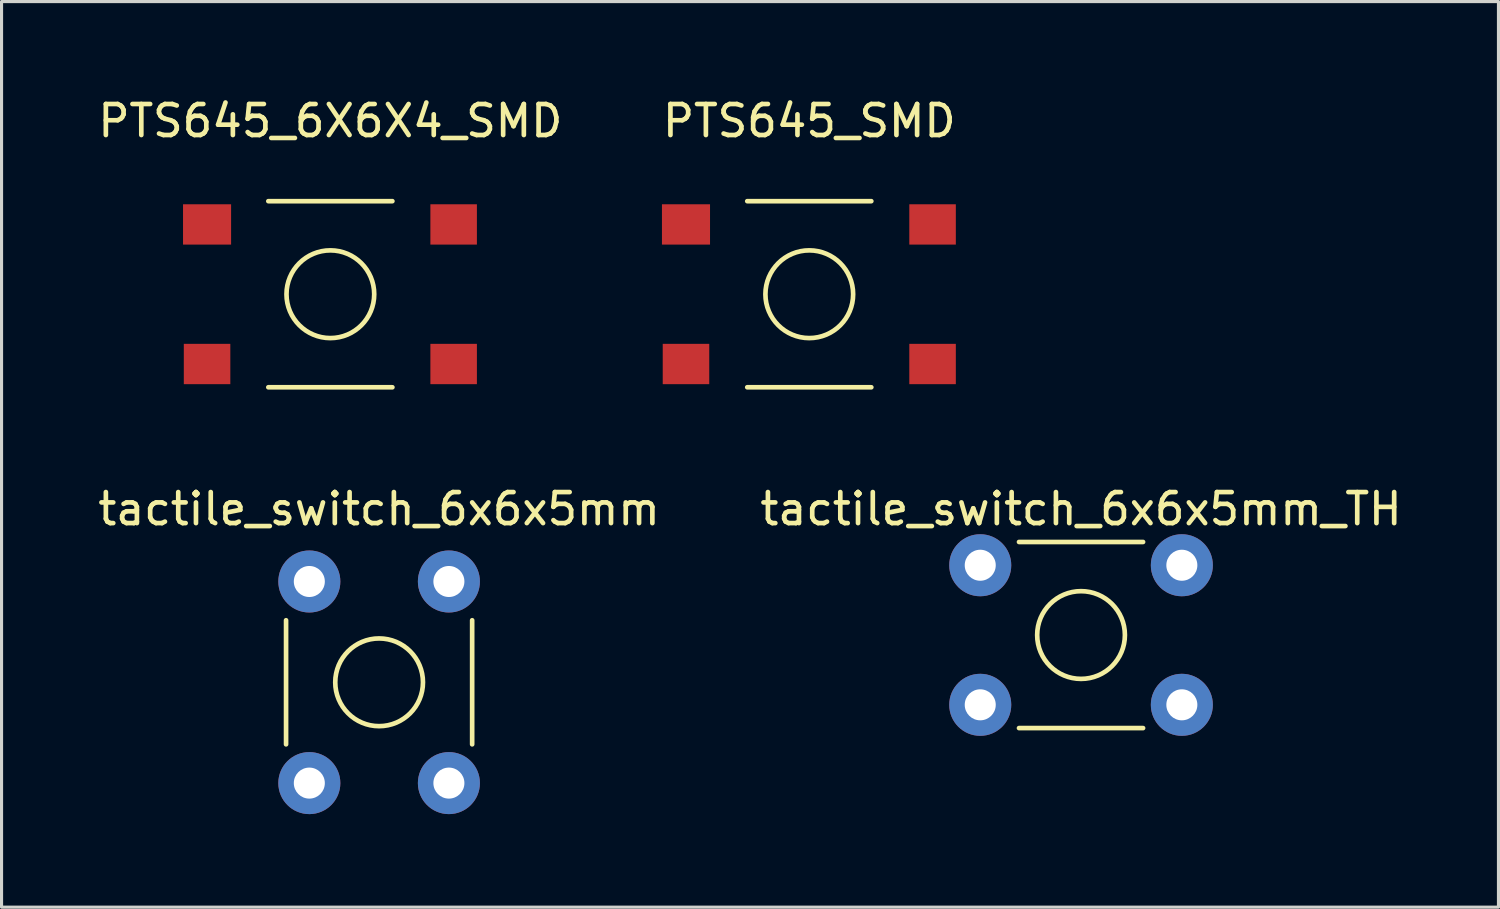
<source format=kicad_pcb>
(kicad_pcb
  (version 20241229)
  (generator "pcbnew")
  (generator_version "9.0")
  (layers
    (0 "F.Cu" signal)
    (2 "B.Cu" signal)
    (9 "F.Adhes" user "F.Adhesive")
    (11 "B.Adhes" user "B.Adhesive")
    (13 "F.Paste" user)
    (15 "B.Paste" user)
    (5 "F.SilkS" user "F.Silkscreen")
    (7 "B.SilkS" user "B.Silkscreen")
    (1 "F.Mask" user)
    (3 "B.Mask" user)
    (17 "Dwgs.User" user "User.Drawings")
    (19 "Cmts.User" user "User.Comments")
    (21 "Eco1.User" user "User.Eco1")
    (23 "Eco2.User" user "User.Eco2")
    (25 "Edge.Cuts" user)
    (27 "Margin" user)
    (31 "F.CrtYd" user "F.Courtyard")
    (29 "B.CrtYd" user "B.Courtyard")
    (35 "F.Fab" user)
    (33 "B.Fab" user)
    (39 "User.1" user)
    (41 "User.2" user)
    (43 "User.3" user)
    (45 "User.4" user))
  (footprint "PTS645_SMD"
    (layer "F.Cu")
    (at 23.042 6.436)
    (property "Reference" "PTS645_SMD" (at 0 -5.588 0) (layer "F.SilkS") (effects (font (size 1 1) (thickness 0.15))))
    (attr through_hole)
    (fp_line (start 2 -3) (end -2 -3) (stroke (width 0.15) (type solid)) (layer "F.SilkS"))
    (fp_line (start 2 3) (end -2 3) (stroke (width 0.15) (type solid)) (layer "F.SilkS"))
    (fp_circle (center 0 0) (end -1 -1) (stroke (width 0.15) (type solid)) (fill no) (layer "F.SilkS"))
    (pad "1" smd rect (at -3.975 -2.25) (size 1.55 1.3) (layers "F.Cu" "F.Mask" "F.Paste"))
    (pad "2" smd rect (at 3.975 -2.25) (size 1.5 1.3) (layers "F.Cu" "F.Mask" "F.Paste"))
    (pad "3" smd rect (at -3.975 2.25) (size 1.5 1.3) (layers "F.Cu" "F.Mask" "F.Paste"))
    (pad "4" smd rect (at 3.975 2.25) (size 1.5 1.3) (layers "F.Cu" "F.Mask" "F.Paste")))
  (footprint "tactile_switch_6x6x5mm"
    (layer "F.Cu")
    (at 9.173 18.948)
    (property "Reference" "tactile_switch_6x6x5mm" (at 0 -5.588 0) (layer "F.SilkS") (effects (font (size 1 1) (thickness 0.15))))
    (attr through_hole)
    (fp_line (start -3 2) (end -3 -2) (stroke (width 0.15) (type solid)) (layer "F.SilkS"))
    (fp_line (start 3 2) (end 3 -2) (stroke (width 0.15) (type solid)) (layer "F.SilkS"))
    (fp_circle (center 0 0) (end 1 -1) (stroke (width 0.15) (type solid)) (fill no) (layer "F.SilkS"))
    (pad "1" thru_hole circle (at 2.25 -3.25) (size 2 2) (drill 1) (layers "*.Cu" "*.Mask"))
    (pad "2" thru_hole circle (at 2.25 3.25) (size 2 2) (drill 1) (layers "*.Cu" "*.Mask"))
    (pad "3" thru_hole circle (at -2.25 -3.25) (size 2 2) (drill 1) (layers "*.Cu" "*.Mask"))
    (pad "4" thru_hole circle (at -2.25 3.25) (size 2 2) (drill 1) (layers "*.Cu" "*.Mask")))
  (footprint "tactile_switch_6x6x5mm_TH"
    (layer "F.Cu")
    (at 31.804 17.424)
    (property "Reference" "tactile_switch_6x6x5mm_TH" (at 0 -4.064 0) (layer "F.SilkS") (effects (font (size 1 1) (thickness 0.15))))
    (attr through_hole)
    (fp_line (start 2 -3) (end -2 -3) (stroke (width 0.15) (type solid)) (layer "F.SilkS"))
    (fp_line (start 2 3) (end -2 3) (stroke (width 0.15) (type solid)) (layer "F.SilkS"))
    (fp_circle (center 0 0) (end -1 -1) (stroke (width 0.15) (type solid)) (fill no) (layer "F.SilkS"))
    (pad "1" thru_hole circle (at -3.25 -2.25) (size 2 2) (drill 1) (layers "*.Cu" "*.Mask"))
    (pad "2" thru_hole circle (at 3.25 -2.25) (size 2 2) (drill 1) (layers "*.Cu" "*.Mask"))
    (pad "3" thru_hole circle (at -3.25 2.25) (size 2 2) (drill 1) (layers "*.Cu" "*.Mask"))
    (pad "4" thru_hole circle (at 3.25 2.25) (size 2 2) (drill 1) (layers "*.Cu" "*.Mask")))
  (footprint "PTS645_6X6X4_SMD"
    (layer "F.Cu")
    (at 7.601 6.436)
    (property "Reference" "PTS645_6X6X4_SMD" (at 0 -5.588 0) (layer "F.SilkS") (effects (font (size 1 1) (thickness 0.15))))
    (attr through_hole)
    (fp_line (start 2 -3) (end -2 -3) (stroke (width 0.15) (type solid)) (layer "F.SilkS"))
    (fp_line (start 2 3) (end -2 3) (stroke (width 0.15) (type solid)) (layer "F.SilkS"))
    (fp_circle (center 0 0) (end -1 -1) (stroke (width 0.15) (type solid)) (fill no) (layer "F.SilkS"))
    (pad "1" smd rect (at -3.975 -2.25) (size 1.55 1.3) (layers "F.Cu" "F.Mask" "F.Paste"))
    (pad "2" smd rect (at 3.975 -2.25) (size 1.5 1.3) (layers "F.Cu" "F.Mask" "F.Paste"))
    (pad "3" smd rect (at -3.975 2.25) (size 1.5 1.3) (layers "F.Cu" "F.Mask" "F.Paste"))
    (pad "4" smd rect (at 3.975 2.25) (size 1.5 1.3) (layers "F.Cu" "F.Mask" "F.Paste")))
  (gr_rect
    (start -3 -3)
    (end 45.262 26.198)
    (stroke (width 0.1) (type default))
    (fill no)
    (layer "Edge.Cuts")))
</source>
